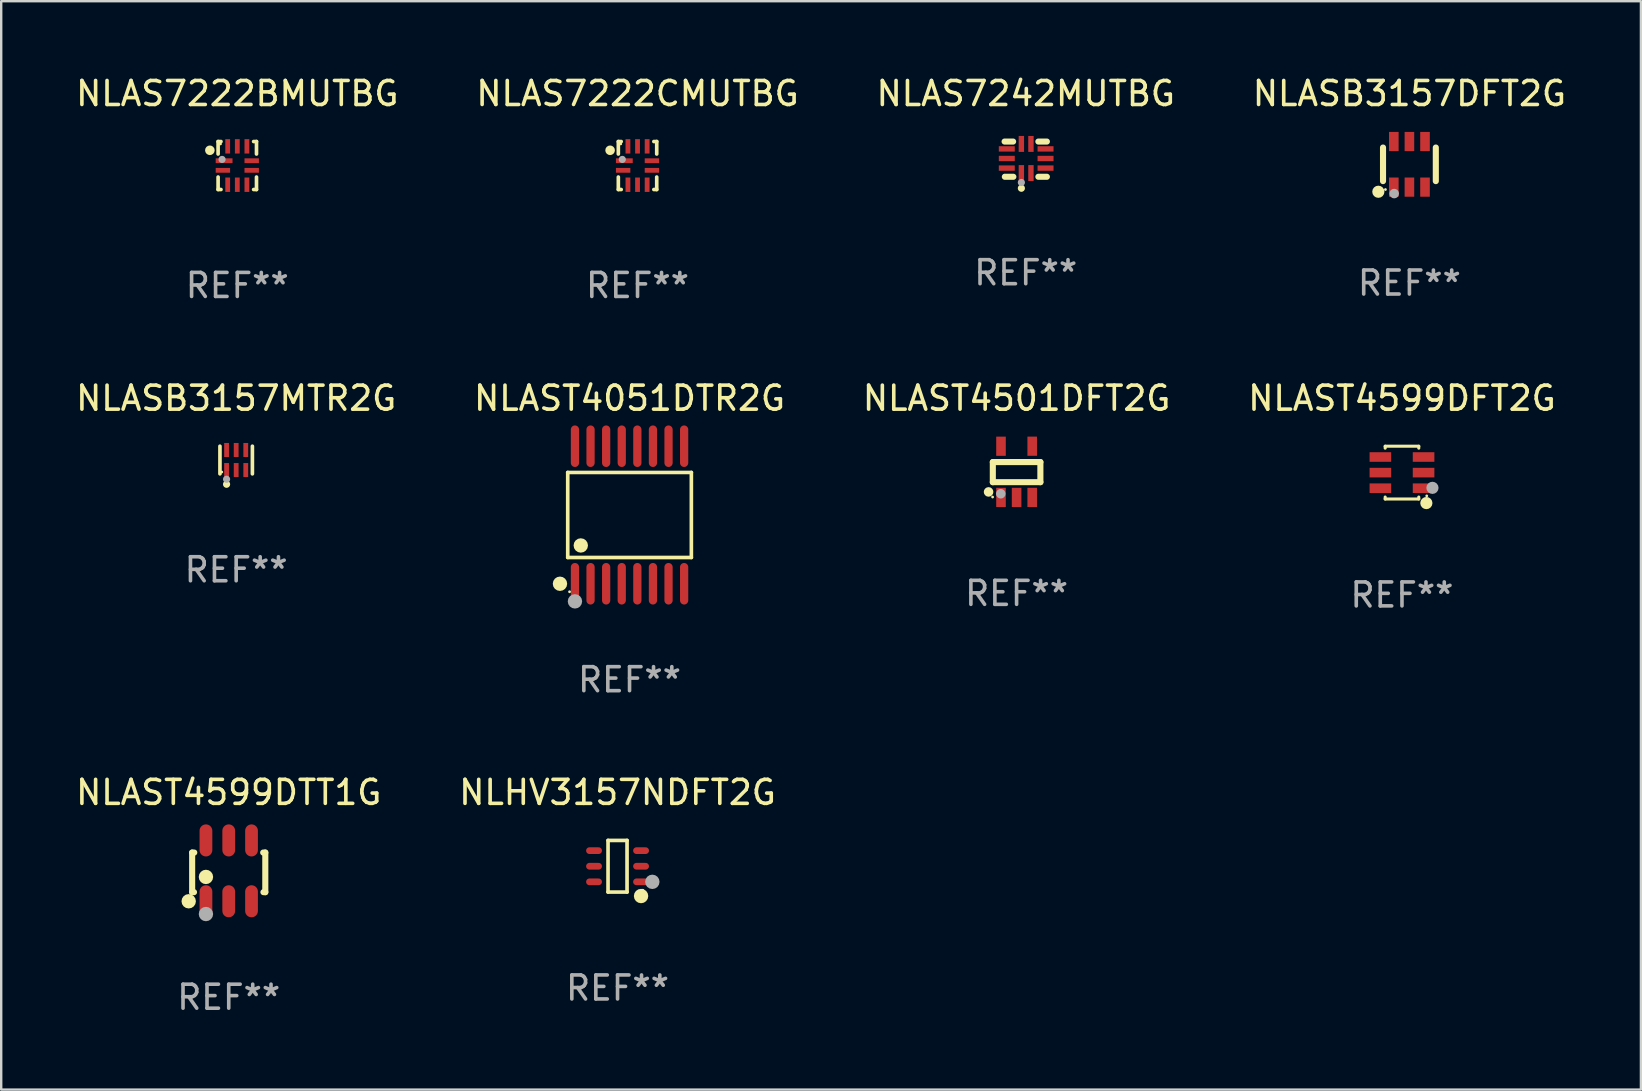
<source format=kicad_pcb>
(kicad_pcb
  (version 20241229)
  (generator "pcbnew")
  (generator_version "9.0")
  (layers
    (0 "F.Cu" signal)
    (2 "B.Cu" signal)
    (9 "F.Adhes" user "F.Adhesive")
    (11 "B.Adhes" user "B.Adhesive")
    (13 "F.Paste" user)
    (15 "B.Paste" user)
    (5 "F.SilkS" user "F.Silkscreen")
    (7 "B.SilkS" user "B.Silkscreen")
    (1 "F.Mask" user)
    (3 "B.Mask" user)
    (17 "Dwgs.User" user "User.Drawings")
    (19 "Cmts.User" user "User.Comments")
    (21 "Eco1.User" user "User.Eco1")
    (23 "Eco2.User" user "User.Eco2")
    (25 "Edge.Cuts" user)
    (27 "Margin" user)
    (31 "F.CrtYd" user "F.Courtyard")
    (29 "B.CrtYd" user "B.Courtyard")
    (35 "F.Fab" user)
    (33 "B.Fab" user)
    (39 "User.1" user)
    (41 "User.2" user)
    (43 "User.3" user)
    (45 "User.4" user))
  (footprint "NLHV3157NDFT2G"
    (layer "F.Cu")
    (at 22.685 33.049)
    (property "Reference" "NLHV3157NDFT2G" (at 0 -3.076 0) (layer "F.SilkS") (effects (font (size 1 1) (thickness 0.15))))
    (attr through_hole)
    (fp_line (start -0.396 -1.076) (end 0.396 -1.076) (stroke (width 0.152) (type solid)) (layer "F.SilkS"))
    (fp_line (start -0.396 1.076) (end -0.396 -1.076) (stroke (width 0.152) (type solid)) (layer "F.SilkS"))
    (fp_line (start 0.396 -1.076) (end 0.396 1.076) (stroke (width 0.152) (type solid)) (layer "F.SilkS"))
    (fp_line (start 0.396 1.076) (end -0.396 1.076) (stroke (width 0.152) (type solid)) (layer "F.SilkS"))
    (fp_circle (center 0.98 1.242) (end 1.13 1.242) (stroke (width 0.3) (type solid)) (fill no) (layer "F.SilkS"))
    (fp_circle (center 1.05 1) (end 1.08 1) (stroke (width 0.06) (type solid)) (fill no) (layer "F.SilkS"))
    (fp_circle (center 1.45 0.65) (end 1.6 0.65) (stroke (width 0.3) (type solid)) (fill no) (layer "F.Fab"))
    (fp_text user "REF**" (at 0 5.076 0) (layer "F.Fab") (effects (font (size 1 1) (thickness 0.15))))
    (pad "1" smd oval (at 0.98 0.65 90) (size 0.28 0.66) (layers "F.Cu" "F.Mask" "F.Paste"))
    (pad "2" smd oval (at 0.98 0 90) (size 0.28 0.66) (layers "F.Cu" "F.Mask" "F.Paste"))
    (pad "3" smd oval (at 0.98 -0.65 90) (size 0.28 0.66) (layers "F.Cu" "F.Mask" "F.Paste"))
    (pad "4" smd oval (at -0.98 -0.65 90) (size 0.28 0.66) (layers "F.Cu" "F.Mask" "F.Paste"))
    (pad "5" smd oval (at -0.98 0 90) (size 0.28 0.66) (layers "F.Cu" "F.Mask" "F.Paste"))
    (pad "6" smd oval (at -0.98 0.65 90) (size 0.28 0.66) (layers "F.Cu" "F.Mask" "F.Paste")))
  (footprint "NLASB3157DFT2G"
    (layer "F.Cu")
    (at 55.685 3.798)
    (property "Reference" "NLASB3157DFT2G" (at 0 -2.95 0) (layer "F.SilkS") (effects (font (size 1 1) (thickness 0.15))))
    (attr through_hole)
    (fp_line (start -1.1 -0.7) (end -1.1 0.7) (stroke (width 0.254) (type solid)) (layer "F.SilkS"))
    (fp_line (start 1.1 -0.7) (end 1.1 0.7) (stroke (width 0.254) (type solid)) (layer "F.SilkS"))
    (fp_circle (center -1.295 1.143) (end -1.168 1.143) (stroke (width 0.254) (type solid)) (fill no) (layer "F.SilkS"))
    (fp_circle (center -1 1.05) (end -0.97 1.05) (stroke (width 0.06) (type solid)) (fill no) (layer "F.SilkS"))
    (fp_circle (center -0.635 1.219) (end -0.535 1.219) (stroke (width 0.2) (type solid)) (fill no) (layer "F.Fab"))
    (fp_text user "REF**" (at 0 4.95 0) (layer "F.Fab") (effects (font (size 1 1) (thickness 0.15))))
    (pad "1" smd rect (at -0.65 0.95) (size 0.4 0.8) (layers "F.Cu" "F.Mask" "F.Paste"))
    (pad "2" smd rect (at 0 0.95) (size 0.4 0.8) (layers "F.Cu" "F.Mask" "F.Paste"))
    (pad "3" smd rect (at 0.65 0.95) (size 0.4 0.8) (layers "F.Cu" "F.Mask" "F.Paste"))
    (pad "4" smd rect (at 0.65 -0.95) (size 0.4 0.8) (layers "F.Cu" "F.Mask" "F.Paste"))
    (pad "5" smd rect (at 0 -0.95) (size 0.4 0.8) (layers "F.Cu" "F.Mask" "F.Paste"))
    (pad "6" smd rect (at -0.65 -0.95) (size 0.4 0.8) (layers "F.Cu" "F.Mask" "F.Paste")))
  (footprint "NLAS7242MUTBG"
    (layer "F.Cu")
    (at 39.696 3.583)
    (property "Reference" "NLAS7242MUTBG" (at 0 -2.734 0) (layer "F.SilkS") (effects (font (size 1 1) (thickness 0.15))))
    (attr through_hole)
    (fp_line (start -0.881 -0.734) (end -0.526 -0.734) (stroke (width 0.254) (type solid)) (layer "F.SilkS"))
    (fp_line (start -0.871 0.734) (end -0.516 0.734) (stroke (width 0.254) (type solid)) (layer "F.SilkS"))
    (fp_line (start 0.526 -0.734) (end 0.881 -0.734) (stroke (width 0.254) (type solid)) (layer "F.SilkS"))
    (fp_line (start 0.526 0.734) (end 0.881 0.734) (stroke (width 0.254) (type solid)) (layer "F.SilkS"))
    (fp_circle (center -0.882 0.672) (end -0.852 0.672) (stroke (width 0.06) (type solid)) (fill no) (layer "F.SilkS"))
    (fp_circle (center -0.182 1.212) (end -0.107 1.212) (stroke (width 0.15) (type solid)) (fill no) (layer "F.SilkS"))
    (fp_circle (center -0.182 0.972) (end -0.107 0.972) (stroke (width 0.15) (type solid)) (fill no) (layer "F.Fab"))
    (fp_text user "REF**" (at 0 4.734 0) (layer "F.Fab") (effects (font (size 1 1) (thickness 0.15))))
    (pad "1" smd rect (at -0.182 0.58) (size 0.224 0.665) (layers "F.Cu" "F.Mask" "F.Paste"))
    (pad "2" smd rect (at 0.217 0.58) (size 0.224 0.665) (layers "F.Cu" "F.Mask" "F.Paste"))
    (pad "3" smd rect (at 0.825 0.372) (size 0.665 0.224) (layers "F.Cu" "F.Mask" "F.Paste"))
    (pad "4" smd rect (at 0.825 -0.028) (size 0.665 0.224) (layers "F.Cu" "F.Mask" "F.Paste"))
    (pad "5" smd rect (at 0.825 -0.428) (size 0.665 0.224) (layers "F.Cu" "F.Mask" "F.Paste"))
    (pad "6" smd rect (at 0.217 -0.635) (size 0.224 0.665) (layers "F.Cu" "F.Mask" "F.Paste"))
    (pad "7" smd rect (at -0.182 -0.635) (size 0.224 0.665) (layers "F.Cu" "F.Mask" "F.Paste"))
    (pad "8" smd rect (at -0.79 -0.428) (size 0.665 0.224) (layers "F.Cu" "F.Mask" "F.Paste"))
    (pad "9" smd rect (at -0.79 -0.028) (size 0.665 0.224) (layers "F.Cu" "F.Mask" "F.Paste"))
    (pad "10" smd rect (at -0.79 0.372) (size 0.665 0.224) (layers "F.Cu" "F.Mask" "F.Paste")))
  (footprint "NLAST4599DFT2G"
    (layer "F.Cu")
    (at 55.375 16.645)
    (property "Reference" "NLAST4599DFT2G" (at 0 -3.1 0) (layer "F.SilkS") (effects (font (size 1 1) (thickness 0.15))))
    (attr through_hole)
    (fp_line (start -0.7 -1.018) (end -0.7 -1.1) (stroke (width 0.127) (type solid)) (layer "F.SilkS"))
    (fp_line (start -0.7 1.1) (end -0.7 1.018) (stroke (width 0.127) (type solid)) (layer "F.SilkS"))
    (fp_line (start 0.7 -1.1) (end -0.7 -1.1) (stroke (width 0.127) (type solid)) (layer "F.SilkS"))
    (fp_line (start 0.7 -1.018) (end 0.7 -1.1) (stroke (width 0.127) (type solid)) (layer "F.SilkS"))
    (fp_line (start 0.7 1.1) (end -0.7 1.1) (stroke (width 0.127) (type solid)) (layer "F.SilkS"))
    (fp_line (start 0.7 1.1) (end 0.7 1.018) (stroke (width 0.127) (type solid)) (layer "F.SilkS"))
    (fp_circle (center 1.016 1.27) (end 1.143 1.27) (stroke (width 0.254) (type solid)) (fill no) (layer "F.SilkS"))
    (fp_circle (center 1.032 0.97) (end 1.062 0.97) (stroke (width 0.06) (type solid)) (fill no) (layer "F.SilkS"))
    (fp_circle (center 1.27 0.635) (end 1.397 0.635) (stroke (width 0.254) (type solid)) (fill no) (layer "F.Fab"))
    (fp_text user "REF**" (at 0 5.1 0) (layer "F.Fab") (effects (font (size 1 1) (thickness 0.15))))
    (pad "1" smd rect (at 0.9 0.65 90) (size 0.4 0.9) (layers "F.Cu" "F.Mask" "F.Paste"))
    (pad "2" smd rect (at 0.9 -0.000102 90) (size 0.4 0.9) (layers "F.Cu" "F.Mask" "F.Paste"))
    (pad "3" smd rect (at 0.9 -0.65 90) (size 0.4 0.9) (layers "F.Cu" "F.Mask" "F.Paste"))
    (pad "4" smd rect (at -0.9 -0.65 90) (size 0.4 0.9) (layers "F.Cu" "F.Mask" "F.Paste"))
    (pad "5" smd rect (at -0.9 -0.000102 90) (size 0.4 0.9) (layers "F.Cu" "F.Mask" "F.Paste"))
    (pad "6" smd rect (at -0.9 0.65 90) (size 0.4 0.9) (layers "F.Cu" "F.Mask" "F.Paste")))
  (footprint "NLAST4501DFT2G"
    (layer "F.Cu")
    (at 39.315 16.612)
    (property "Reference" "NLAST4501DFT2G" (at 0 -3.067 0) (layer "F.SilkS") (effects (font (size 1 1) (thickness 0.15))))
    (attr through_hole)
    (fp_line (start -0.991 -0.406) (end 0.991 -0.406) (stroke (width 0.254) (type solid)) (layer "F.SilkS"))
    (fp_line (start -0.991 0.432) (end -0.991 -0.406) (stroke (width 0.254) (type solid)) (layer "F.SilkS"))
    (fp_line (start 0.991 -0.406) (end 0.991 0.432) (stroke (width 0.254) (type solid)) (layer "F.SilkS"))
    (fp_line (start 0.991 0.432) (end -0.991 0.432) (stroke (width 0.254) (type solid)) (layer "F.SilkS"))
    (fp_circle (center -1.168 0.838) (end -1.068 0.838) (stroke (width 0.2) (type solid)) (fill no) (layer "F.SilkS"))
    (fp_circle (center -1 1.05) (end -0.97 1.05) (stroke (width 0.06) (type solid)) (fill no) (layer "F.SilkS"))
    (fp_circle (center -0.66 0.914) (end -0.56 0.914) (stroke (width 0.2) (type solid)) (fill no) (layer "F.Fab"))
    (fp_text user "REF**" (at 0 5.067 0) (layer "F.Fab") (effects (font (size 1 1) (thickness 0.15))))
    (pad "1" smd rect (at -0.65 1.067 90) (size 0.8 0.399) (layers "F.Cu" "F.Mask" "F.Paste"))
    (pad "2" smd rect (at 0 1.067 90) (size 0.8 0.399) (layers "F.Cu" "F.Mask" "F.Paste"))
    (pad "3" smd rect (at 0.65 1.067 90) (size 0.8 0.399) (layers "F.Cu" "F.Mask" "F.Paste"))
    (pad "4" smd rect (at 0.65 -1.067 90) (size 0.8 0.399) (layers "F.Cu" "F.Mask" "F.Paste"))
    (pad "5" smd rect (at -0.65 -1.066 90) (size 0.8 0.399) (layers "F.Cu" "F.Mask" "F.Paste")))
  (footprint "NLAS7222CMUTBG"
    (layer "F.Cu")
    (at 23.518 3.848)
    (property "Reference" "NLAS7222CMUTBG" (at 0 -3 0) (layer "F.SilkS") (effects (font (size 1 1) (thickness 0.15))))
    (attr through_hole)
    (fp_line (start -0.8 -1) (end -0.68 -1) (stroke (width 0.152) (type solid)) (layer "F.SilkS"))
    (fp_line (start -0.8 -0.48) (end -0.8 -1) (stroke (width 0.152) (type solid)) (layer "F.SilkS"))
    (fp_line (start -0.8 1) (end -0.8 0.48) (stroke (width 0.152) (type solid)) (layer "F.SilkS"))
    (fp_line (start -0.68 1) (end -0.8 1) (stroke (width 0.152) (type solid)) (layer "F.SilkS"))
    (fp_line (start 0.68 -1) (end 0.8 -1) (stroke (width 0.152) (type solid)) (layer "F.SilkS"))
    (fp_line (start 0.8 -1) (end 0.8 -0.48) (stroke (width 0.152) (type solid)) (layer "F.SilkS"))
    (fp_line (start 0.8 0.48) (end 0.8 1) (stroke (width 0.152) (type solid)) (layer "F.SilkS"))
    (fp_line (start 0.8 1) (end 0.68 1) (stroke (width 0.152) (type solid)) (layer "F.SilkS"))
    (fp_circle (center -1.143 -0.635) (end -1.043 -0.635) (stroke (width 0.2) (type solid)) (fill no) (layer "F.SilkS"))
    (fp_circle (center -0.7 -0.9) (end -0.67 -0.9) (stroke (width 0.06) (type solid)) (fill no) (layer "F.SilkS"))
    (fp_circle (center -0.635 -0.254) (end -0.56 -0.254) (stroke (width 0.15) (type solid)) (fill no) (layer "F.Fab"))
    (fp_text user "REF**" (at 0 5 0) (layer "F.Fab") (effects (font (size 1 1) (thickness 0.15))))
    (pad "1" smd rect (at -0.55 -0.2) (size 0.7 0.2) (layers "F.Cu" "F.Mask" "F.Paste"))
    (pad "2" smd rect (at -0.6 0.2) (size 0.6 0.2) (layers "F.Cu" "F.Mask" "F.Paste"))
    (pad "3" smd rect (at -0.4 0.8) (size 0.2 0.6) (layers "F.Cu" "F.Mask" "F.Paste"))
    (pad "4" smd rect (at 0 0.8) (size 0.2 0.6) (layers "F.Cu" "F.Mask" "F.Paste"))
    (pad "5" smd rect (at 0.4 0.8) (size 0.2 0.6) (layers "F.Cu" "F.Mask" "F.Paste"))
    (pad "6" smd rect (at 0.6 0.2) (size 0.6 0.2) (layers "F.Cu" "F.Mask" "F.Paste"))
    (pad "7" smd rect (at 0.6 -0.2) (size 0.6 0.2) (layers "F.Cu" "F.Mask" "F.Paste"))
    (pad "8" smd rect (at 0.4 -0.8) (size 0.2 0.6) (layers "F.Cu" "F.Mask" "F.Paste"))
    (pad "9" smd rect (at 0 -0.8) (size 0.2 0.6) (layers "F.Cu" "F.Mask" "F.Paste"))
    (pad "10" smd rect (at -0.4 -0.8) (size 0.2 0.6) (layers "F.Cu" "F.Mask" "F.Paste")))
  (footprint "NLAST4599DTT1G"
    (layer "F.Cu")
    (at 6.482 33.241)
    (property "Reference" "NLAST4599DTT1G" (at 0 -3.268 0) (layer "F.SilkS") (effects (font (size 1 1) (thickness 0.15))))
    (attr through_hole)
    (fp_line (start -1.524 -0.762) (end -1.524 0.889) (stroke (width 0.254) (type solid)) (layer "F.SilkS"))
    (fp_line (start -1.524 0.889) (end -1.447 0.889) (stroke (width 0.254) (type solid)) (layer "F.SilkS"))
    (fp_line (start -1.436 -0.762) (end -1.524 -0.762) (stroke (width 0.254) (type solid)) (layer "F.SilkS"))
    (fp_line (start 1.447 0.889) (end 1.524 0.889) (stroke (width 0.254) (type solid)) (layer "F.SilkS"))
    (fp_line (start 1.524 -0.762) (end 1.436 -0.762) (stroke (width 0.254) (type solid)) (layer "F.SilkS"))
    (fp_line (start 1.524 0.889) (end 1.524 -0.762) (stroke (width 0.254) (type solid)) (layer "F.SilkS"))
    (fp_circle (center -1.668 1.268) (end -1.518 1.268) (stroke (width 0.3) (type solid)) (fill no) (layer "F.SilkS"))
    (fp_circle (center -1.5 1.375) (end -1.47 1.375) (stroke (width 0.06) (type solid)) (fill no) (layer "F.SilkS"))
    (fp_circle (center -0.95 0.254) (end -0.8 0.254) (stroke (width 0.3) (type solid)) (fill no) (layer "F.SilkS"))
    (fp_circle (center -0.95 1.8) (end -0.8 1.8) (stroke (width 0.3) (type solid)) (fill no) (layer "F.Fab"))
    (fp_text user "REF**" (at 0 5.268 0) (layer "F.Fab") (effects (font (size 1 1) (thickness 0.15))))
    (pad "1" smd oval (at -0.95 1.268) (size 0.532 1.336) (layers "F.Cu" "F.Mask" "F.Paste"))
    (pad "2" smd oval (at 0 1.268) (size 0.532 1.336) (layers "F.Cu" "F.Mask" "F.Paste"))
    (pad "3" smd oval (at 0.95 1.268) (size 0.532 1.336) (layers "F.Cu" "F.Mask" "F.Paste"))
    (pad "4" smd oval (at 0.95 -1.268) (size 0.532 1.336) (layers "F.Cu" "F.Mask" "F.Paste"))
    (pad "5" smd oval (at 0 -1.268) (size 0.532 1.336) (layers "F.Cu" "F.Mask" "F.Paste"))
    (pad "6" smd oval (at -0.95 -1.268) (size 0.532 1.336) (layers "F.Cu" "F.Mask" "F.Paste")))
  (footprint "NLASB3157MTR2G"
    (layer "F.Cu")
    (at 6.792 16.121)
    (property "Reference" "NLASB3157MTR2G" (at 0 -2.576 0) (layer "F.SilkS") (effects (font (size 1 1) (thickness 0.15))))
    (attr through_hole)
    (fp_line (start -0.676 0.576) (end -0.676 -0.576) (stroke (width 0.152) (type solid)) (layer "F.SilkS"))
    (fp_line (start 0.676 0.576) (end 0.676 -0.576) (stroke (width 0.152) (type solid)) (layer "F.SilkS"))
    (fp_circle (center -0.6 0.5) (end -0.57 0.5) (stroke (width 0.06) (type solid)) (fill no) (layer "F.SilkS"))
    (fp_circle (center -0.4 1.01) (end -0.325 1.01) (stroke (width 0.15) (type solid)) (fill no) (layer "F.SilkS"))
    (fp_circle (center -0.4 0.8) (end -0.325 0.8) (stroke (width 0.15) (type solid)) (fill no) (layer "F.Fab"))
    (fp_text user "REF**" (at 0 4.576 0) (layer "F.Fab") (effects (font (size 1 1) (thickness 0.15))))
    (pad "1" smd rect (at -0.4 0.418) (size 0.2 0.585) (layers "F.Cu" "F.Mask" "F.Paste"))
    (pad "2" smd rect (at 0 0.418) (size 0.2 0.585) (layers "F.Cu" "F.Mask" "F.Paste"))
    (pad "3" smd rect (at 0.4 0.418) (size 0.2 0.585) (layers "F.Cu" "F.Mask" "F.Paste"))
    (pad "4" smd rect (at 0.4 -0.418) (size 0.2 0.585) (layers "F.Cu" "F.Mask" "F.Paste"))
    (pad "5" smd rect (at 0 -0.418) (size 0.2 0.585) (layers "F.Cu" "F.Mask" "F.Paste"))
    (pad "6" smd rect (at -0.4 -0.418) (size 0.2 0.585) (layers "F.Cu" "F.Mask" "F.Paste")))
  (footprint "NLAS7222BMUTBG"
    (layer "F.Cu")
    (at 6.839 3.848)
    (property "Reference" "NLAS7222BMUTBG" (at 0 -3 0) (layer "F.SilkS") (effects (font (size 1 1) (thickness 0.15))))
    (attr through_hole)
    (fp_line (start -0.8 -1) (end -0.68 -1) (stroke (width 0.152) (type solid)) (layer "F.SilkS"))
    (fp_line (start -0.8 -0.48) (end -0.8 -1) (stroke (width 0.152) (type solid)) (layer "F.SilkS"))
    (fp_line (start -0.8 1) (end -0.8 0.48) (stroke (width 0.152) (type solid)) (layer "F.SilkS"))
    (fp_line (start -0.68 1) (end -0.8 1) (stroke (width 0.152) (type solid)) (layer "F.SilkS"))
    (fp_line (start 0.68 -1) (end 0.8 -1) (stroke (width 0.152) (type solid)) (layer "F.SilkS"))
    (fp_line (start 0.8 -1) (end 0.8 -0.48) (stroke (width 0.152) (type solid)) (layer "F.SilkS"))
    (fp_line (start 0.8 0.48) (end 0.8 1) (stroke (width 0.152) (type solid)) (layer "F.SilkS"))
    (fp_line (start 0.8 1) (end 0.68 1) (stroke (width 0.152) (type solid)) (layer "F.SilkS"))
    (fp_circle (center -1.143 -0.635) (end -1.043 -0.635) (stroke (width 0.2) (type solid)) (fill no) (layer "F.SilkS"))
    (fp_circle (center -0.7 -0.9) (end -0.67 -0.9) (stroke (width 0.06) (type solid)) (fill no) (layer "F.SilkS"))
    (fp_circle (center -0.635 -0.254) (end -0.56 -0.254) (stroke (width 0.15) (type solid)) (fill no) (layer "F.Fab"))
    (fp_text user "REF**" (at 0 5 0) (layer "F.Fab") (effects (font (size 1 1) (thickness 0.15))))
    (pad "1" smd rect (at -0.55 -0.2) (size 0.7 0.2) (layers "F.Cu" "F.Mask" "F.Paste"))
    (pad "2" smd rect (at -0.6 0.2) (size 0.6 0.2) (layers "F.Cu" "F.Mask" "F.Paste"))
    (pad "3" smd rect (at -0.4 0.8) (size 0.2 0.6) (layers "F.Cu" "F.Mask" "F.Paste"))
    (pad "4" smd rect (at 0 0.8) (size 0.2 0.6) (layers "F.Cu" "F.Mask" "F.Paste"))
    (pad "5" smd rect (at 0.4 0.8) (size 0.2 0.6) (layers "F.Cu" "F.Mask" "F.Paste"))
    (pad "6" smd rect (at 0.6 0.2) (size 0.6 0.2) (layers "F.Cu" "F.Mask" "F.Paste"))
    (pad "7" smd rect (at 0.6 -0.2) (size 0.6 0.2) (layers "F.Cu" "F.Mask" "F.Paste"))
    (pad "8" smd rect (at 0.4 -0.8) (size 0.2 0.6) (layers "F.Cu" "F.Mask" "F.Paste"))
    (pad "9" smd rect (at 0 -0.8) (size 0.2 0.6) (layers "F.Cu" "F.Mask" "F.Paste"))
    (pad "10" smd rect (at -0.4 -0.8) (size 0.2 0.6) (layers "F.Cu" "F.Mask" "F.Paste")))
  (footprint "NLAST4051DTR2G"
    (layer "F.Cu")
    (at 23.185 18.411)
    (property "Reference" "NLAST4051DTR2G" (at 0 -4.866 0) (layer "F.SilkS") (effects (font (size 1 1) (thickness 0.15))))
    (attr through_hole)
    (fp_line (start -2.576 -1.772) (end 2.576 -1.772) (stroke (width 0.152) (type solid)) (layer "F.SilkS"))
    (fp_line (start -2.576 1.771) (end -2.576 -1.772) (stroke (width 0.152) (type solid)) (layer "F.SilkS"))
    (fp_line (start 2.576 -1.772) (end 2.576 1.771) (stroke (width 0.152) (type solid)) (layer "F.SilkS"))
    (fp_line (start 2.576 1.771) (end -2.576 1.771) (stroke (width 0.152) (type solid)) (layer "F.SilkS"))
    (fp_circle (center -2.899 2.866) (end -2.749 2.866) (stroke (width 0.3) (type solid)) (fill no) (layer "F.SilkS"))
    (fp_circle (center -2.5 3.2) (end -2.47 3.2) (stroke (width 0.06) (type solid)) (fill no) (layer "F.SilkS"))
    (fp_circle (center -2.032 1.27) (end -1.882 1.27) (stroke (width 0.3) (type solid)) (fill no) (layer "F.SilkS"))
    (fp_circle (center -2.275 3.6) (end -2.125 3.6) (stroke (width 0.3) (type solid)) (fill no) (layer "F.Fab"))
    (fp_text user "REF**" (at 0 6.866 0) (layer "F.Fab") (effects (font (size 1 1) (thickness 0.15))))
    (pad "1" smd oval (at -2.275 2.866) (size 0.343 1.731) (layers "F.Cu" "F.Mask" "F.Paste"))
    (pad "2" smd oval (at -1.625 2.866) (size 0.343 1.731) (layers "F.Cu" "F.Mask" "F.Paste"))
    (pad "3" smd oval (at -0.975 2.866) (size 0.343 1.731) (layers "F.Cu" "F.Mask" "F.Paste"))
    (pad "4" smd oval (at -0.325 2.866) (size 0.343 1.731) (layers "F.Cu" "F.Mask" "F.Paste"))
    (pad "5" smd oval (at 0.325 2.866) (size 0.343 1.731) (layers "F.Cu" "F.Mask" "F.Paste"))
    (pad "6" smd oval (at 0.975 2.866) (size 0.343 1.731) (layers "F.Cu" "F.Mask" "F.Paste"))
    (pad "7" smd oval (at 1.625 2.866) (size 0.343 1.731) (layers "F.Cu" "F.Mask" "F.Paste"))
    (pad "8" smd oval (at 2.275 2.866) (size 0.343 1.731) (layers "F.Cu" "F.Mask" "F.Paste"))
    (pad "9" smd oval (at 2.275 -2.866) (size 0.343 1.731) (layers "F.Cu" "F.Mask" "F.Paste"))
    (pad "10" smd oval (at 1.625 -2.866) (size 0.343 1.731) (layers "F.Cu" "F.Mask" "F.Paste"))
    (pad "11" smd oval (at 0.975 -2.866) (size 0.343 1.731) (layers "F.Cu" "F.Mask" "F.Paste"))
    (pad "12" smd oval (at 0.325 -2.866) (size 0.343 1.731) (layers "F.Cu" "F.Mask" "F.Paste"))
    (pad "13" smd oval (at -0.325 -2.866) (size 0.343 1.731) (layers "F.Cu" "F.Mask" "F.Paste"))
    (pad "14" smd oval (at -0.975 -2.866) (size 0.343 1.731) (layers "F.Cu" "F.Mask" "F.Paste"))
    (pad "15" smd oval (at -1.625 -2.866) (size 0.343 1.731) (layers "F.Cu" "F.Mask" "F.Paste"))
    (pad "16" smd oval (at -2.275 -2.866) (size 0.343 1.731) (layers "F.Cu" "F.Mask" "F.Paste")))
  (gr_rect
    (start -3 -3)
    (end 65.333 42.357)
    (stroke (width 0.1) (type default))
    (fill no)
    (layer "Edge.Cuts")))
</source>
